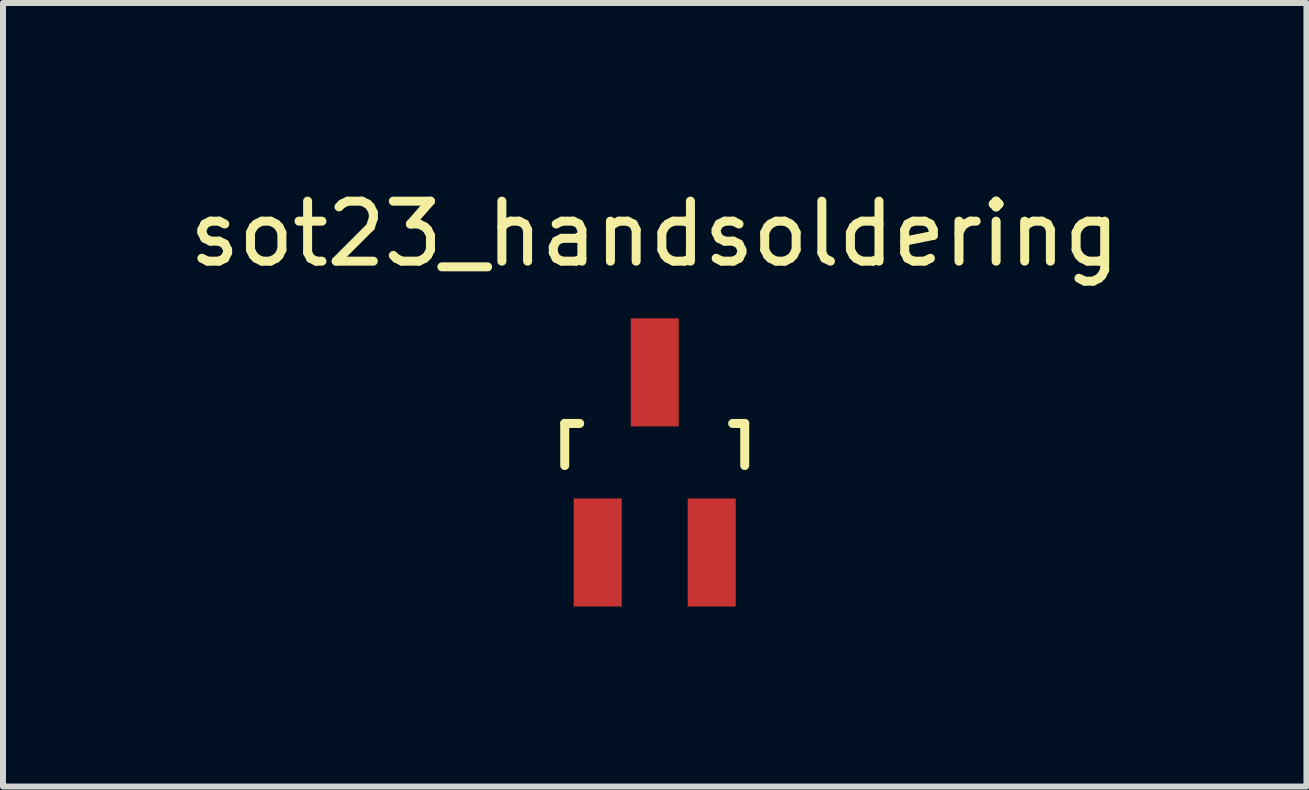
<source format=kicad_pcb>
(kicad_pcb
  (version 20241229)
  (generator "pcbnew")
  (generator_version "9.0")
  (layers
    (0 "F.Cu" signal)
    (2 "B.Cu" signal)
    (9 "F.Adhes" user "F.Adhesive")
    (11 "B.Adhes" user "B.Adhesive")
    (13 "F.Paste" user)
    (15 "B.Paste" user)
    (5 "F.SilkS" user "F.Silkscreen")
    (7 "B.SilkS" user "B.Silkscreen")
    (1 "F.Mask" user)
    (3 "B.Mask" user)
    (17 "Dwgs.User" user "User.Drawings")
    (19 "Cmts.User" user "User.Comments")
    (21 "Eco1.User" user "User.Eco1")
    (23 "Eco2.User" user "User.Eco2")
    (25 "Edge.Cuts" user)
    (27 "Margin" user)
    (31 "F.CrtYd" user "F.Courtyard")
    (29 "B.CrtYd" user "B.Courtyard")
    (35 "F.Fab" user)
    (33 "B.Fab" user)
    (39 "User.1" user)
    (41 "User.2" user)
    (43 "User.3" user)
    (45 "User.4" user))
  (footprint "sot23_handsoldering"
    (layer "F.Cu")
    (at 7.863 4.658)
    (property "Reference" "sot23_handsoldering" (at 0 -3.81 0) (layer "F.SilkS") (effects (font (size 1 1) (thickness 0.15))))
    (attr smd)
    (fp_line (start -1.5 -0.65) (end -1.251 -0.65) (stroke (width 0.15) (type solid)) (layer "F.SilkS"))
    (fp_line (start -1.5 0.051) (end -1.5 -0.65) (stroke (width 0.15) (type solid)) (layer "F.SilkS"))
    (fp_line (start 1.299 -0.65) (end 1.5 -0.65) (stroke (width 0.15) (type solid)) (layer "F.SilkS"))
    (fp_line (start 1.5 -0.65) (end 1.5 0.051) (stroke (width 0.15) (type solid)) (layer "F.SilkS"))
    (pad "1" smd rect (at -0.95 1.501) (size 0.8 1.801) (layers "F.Cu" "F.Mask" "F.Paste"))
    (pad "2" smd rect (at 0.95 1.501) (size 0.8 1.801) (layers "F.Cu" "F.Mask" "F.Paste"))
    (pad "3" smd rect (at 0 -1.501) (size 0.8 1.801) (layers "F.Cu" "F.Mask" "F.Paste")))
  (gr_rect
    (start -3 -3)
    (end 18.726 10.06)
    (stroke (width 0.1) (type default))
    (fill no)
    (layer "Edge.Cuts")))
</source>
